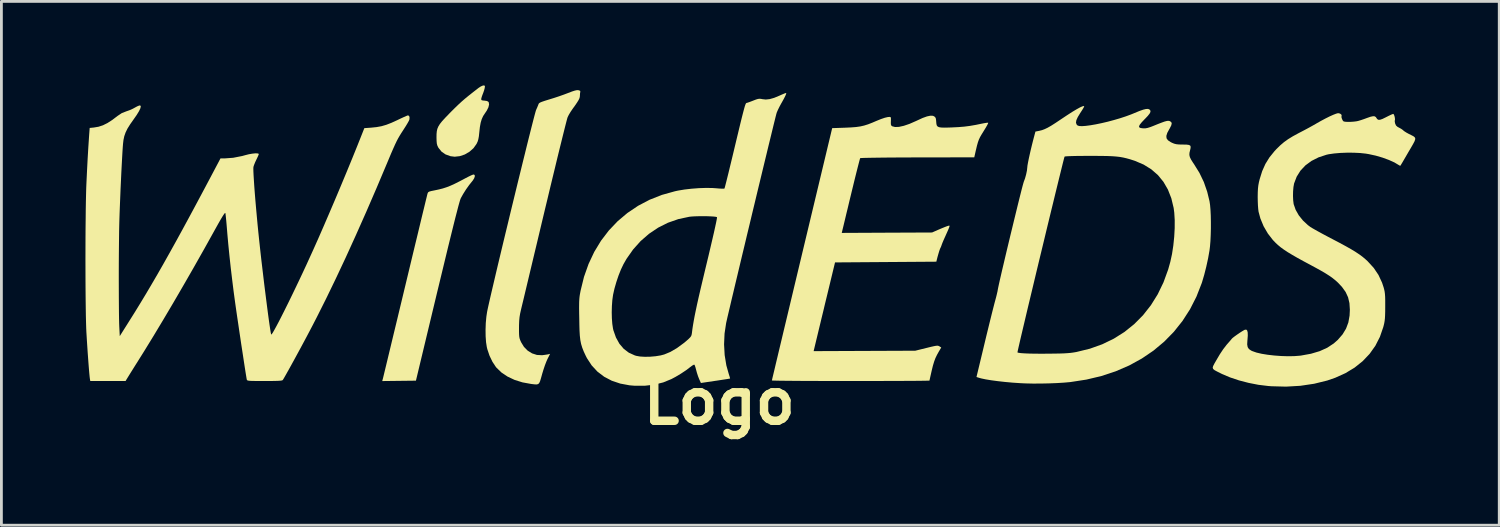
<source format=kicad_pcb>
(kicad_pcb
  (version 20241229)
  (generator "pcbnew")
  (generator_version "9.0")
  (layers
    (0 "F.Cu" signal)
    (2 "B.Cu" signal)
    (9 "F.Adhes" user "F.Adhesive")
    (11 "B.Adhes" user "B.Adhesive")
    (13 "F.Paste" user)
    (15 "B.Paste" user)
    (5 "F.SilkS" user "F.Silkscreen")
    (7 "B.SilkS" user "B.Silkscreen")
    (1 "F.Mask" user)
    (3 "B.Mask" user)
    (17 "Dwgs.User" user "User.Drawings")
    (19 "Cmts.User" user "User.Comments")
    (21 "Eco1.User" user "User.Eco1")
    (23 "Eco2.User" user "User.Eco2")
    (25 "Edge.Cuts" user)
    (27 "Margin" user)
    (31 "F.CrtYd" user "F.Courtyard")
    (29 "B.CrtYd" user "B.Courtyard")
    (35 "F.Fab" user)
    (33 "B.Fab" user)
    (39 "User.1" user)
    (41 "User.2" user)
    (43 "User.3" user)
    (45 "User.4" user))
  (footprint "Logo"
    (layer "F.Cu")
    (at 22.626 11.28)
    (property "Reference" "Logo" (at 0 0 0) (layer "F.SilkS") (effects (font (size 1.524 1.524) (thickness 0.3))))
    (attr board_only exclude_from_pos_files exclude_from_bom)
    (fp_poly (pts (xy -8.378 -11.275) (xy -8.366 -11.25) (xy -8.374 -11.19) (xy -8.374 -11.188) (xy -8.396 -11.104) (xy -8.429 -11.009) (xy -8.44 -10.982) (xy -8.471 -10.9) (xy -8.493 -10.827) (xy -8.497 -10.808) (xy -8.497 -10.77) (xy -8.476 -10.75) (xy -8.421 -10.741) (xy -8.382 -10.738) (xy -8.294 -10.725) (xy -8.244 -10.697) (xy -8.231 -10.679) (xy -8.218 -10.602) (xy -8.242 -10.499) (xy -8.302 -10.379) (xy -8.361 -10.292) (xy -8.429 -10.189) (xy -8.48 -10.078) (xy -8.518 -9.95) (xy -8.547 -9.791) (xy -8.567 -9.608) (xy -8.582 -9.466) (xy -8.601 -9.362) (xy -8.625 -9.28) (xy -8.661 -9.203) (xy -8.665 -9.194) (xy -8.775 -9.04) (xy -8.919 -8.913) (xy -9.085 -8.816) (xy -9.264 -8.756) (xy -9.445 -8.736) (xy -9.594 -8.754) (xy -9.774 -8.819) (xy -9.915 -8.917) (xy -10.022 -9.05) (xy -10.039 -9.079) (xy -10.067 -9.141) (xy -10.084 -9.209) (xy -10.092 -9.299) (xy -10.095 -9.425) (xy -10.095 -9.431) (xy -10.093 -9.547) (xy -10.084 -9.645) (xy -10.064 -9.733) (xy -10.028 -9.817) (xy -9.974 -9.904) (xy -9.896 -10.003) (xy -9.79 -10.119) (xy -9.653 -10.261) (xy -9.58 -10.336) (xy -9.442 -10.473) (xy -9.32 -10.591) (xy -9.203 -10.699) (xy -9.082 -10.804) (xy -8.947 -10.915) (xy -8.79 -11.039) (xy -8.601 -11.186) (xy -8.589 -11.195) (xy -8.515 -11.243) (xy -8.446 -11.274) (xy -8.418 -11.28)) (stroke (width 0) (type solid)) (fill yes) (layer "F.SilkS"))
    (fp_poly (pts (xy -8.733 -8.084) (xy -8.727 -8.035) (xy -8.75 -7.966) (xy -8.801 -7.885) (xy -8.827 -7.853) (xy -8.931 -7.723) (xy -9.042 -7.567) (xy -9.144 -7.405) (xy -9.226 -7.258) (xy -9.233 -7.242) (xy -9.251 -7.194) (xy -9.279 -7.099) (xy -9.318 -6.958) (xy -9.367 -6.769) (xy -9.428 -6.534) (xy -9.499 -6.25) (xy -9.581 -5.918) (xy -9.675 -5.537) (xy -9.779 -5.107) (xy -9.895 -4.627) (xy -10.023 -4.098) (xy -10.066 -3.921) (xy -10.829 -0.742) (xy -11.43 -0.735) (xy -12.032 -0.728) (xy -12.009 -0.814) (xy -12 -0.849) (xy -11.98 -0.932) (xy -11.949 -1.06) (xy -11.908 -1.229) (xy -11.858 -1.436) (xy -11.8 -1.678) (xy -11.734 -1.952) (xy -11.661 -2.255) (xy -11.582 -2.583) (xy -11.497 -2.934) (xy -11.408 -3.305) (xy -11.315 -3.691) (xy -11.219 -4.091) (xy -11.216 -4.103) (xy -11.12 -4.503) (xy -11.027 -4.891) (xy -10.938 -5.262) (xy -10.853 -5.614) (xy -10.773 -5.944) (xy -10.7 -6.248) (xy -10.634 -6.523) (xy -10.575 -6.767) (xy -10.524 -6.975) (xy -10.483 -7.146) (xy -10.451 -7.275) (xy -10.43 -7.361) (xy -10.421 -7.398) (xy -10.421 -7.399) (xy -10.407 -7.442) (xy -10.387 -7.472) (xy -10.35 -7.492) (xy -10.286 -7.51) (xy -10.182 -7.531) (xy -10.167 -7.534) (xy -10.008 -7.568) (xy -9.867 -7.604) (xy -9.732 -7.648) (xy -9.594 -7.702) (xy -9.441 -7.772) (xy -9.264 -7.861) (xy -9.064 -7.967) (xy -8.958 -8.022) (xy -8.865 -8.067) (xy -8.798 -8.095) (xy -8.771 -8.102)) (stroke (width 0) (type solid)) (fill yes) (layer "F.SilkS"))
    (fp_poly (pts (xy -5.031 -11.111) (xy -5.025 -11.11) (xy -4.969 -11.089) (xy -4.96 -11.056) (xy -4.961 -11.054) (xy -4.971 -11.003) (xy -4.976 -10.929) (xy -4.976 -10.918) (xy -4.98 -10.871) (xy -4.994 -10.82) (xy -5.022 -10.76) (xy -5.07 -10.682) (xy -5.14 -10.578) (xy -5.238 -10.442) (xy -5.246 -10.43) (xy -5.313 -10.331) (xy -5.375 -10.226) (xy -5.415 -10.144) (xy -5.428 -10.103) (xy -5.452 -10.014) (xy -5.486 -9.882) (xy -5.53 -9.708) (xy -5.583 -9.496) (xy -5.644 -9.249) (xy -5.713 -8.97) (xy -5.788 -8.664) (xy -5.868 -8.331) (xy -5.954 -7.977) (xy -6.044 -7.604) (xy -6.137 -7.214) (xy -6.234 -6.813) (xy -6.237 -6.799) (xy -6.334 -6.394) (xy -6.428 -5.998) (xy -6.519 -5.616) (xy -6.607 -5.25) (xy -6.689 -4.905) (xy -6.766 -4.583) (xy -6.836 -4.289) (xy -6.899 -4.025) (xy -6.954 -3.795) (xy -7 -3.602) (xy -7.037 -3.45) (xy -7.063 -3.342) (xy -7.077 -3.282) (xy -7.11 -3.136) (xy -7.131 -3.01) (xy -7.143 -2.883) (xy -7.149 -2.735) (xy -7.15 -2.631) (xy -7.15 -2.487) (xy -7.147 -2.383) (xy -7.14 -2.305) (xy -7.127 -2.243) (xy -7.105 -2.183) (xy -7.075 -2.115) (xy -6.973 -1.948) (xy -6.84 -1.813) (xy -6.683 -1.716) (xy -6.51 -1.66) (xy -6.331 -1.651) (xy -6.323 -1.651) (xy -6.228 -1.663) (xy -6.144 -1.676) (xy -6.106 -1.683) (xy -6.04 -1.7) (xy -6.133 -1.515) (xy -6.176 -1.418) (xy -6.226 -1.287) (xy -6.276 -1.138) (xy -6.322 -0.987) (xy -6.326 -0.971) (xy -6.367 -0.825) (xy -6.398 -0.723) (xy -6.429 -0.657) (xy -6.466 -0.621) (xy -6.518 -0.607) (xy -6.592 -0.61) (xy -6.695 -0.622) (xy -6.724 -0.626) (xy -7.026 -0.681) (xy -7.307 -0.769) (xy -7.559 -0.888) (xy -7.777 -1.034) (xy -7.954 -1.205) (xy -7.977 -1.233) (xy -8.098 -1.416) (xy -8.202 -1.632) (xy -8.28 -1.863) (xy -8.299 -1.941) (xy -8.326 -2.115) (xy -8.341 -2.325) (xy -8.344 -2.557) (xy -8.336 -2.795) (xy -8.315 -3.024) (xy -8.29 -3.191) (xy -8.273 -3.276) (xy -8.245 -3.405) (xy -8.207 -3.574) (xy -8.16 -3.78) (xy -8.104 -4.019) (xy -8.041 -4.287) (xy -7.972 -4.582) (xy -7.897 -4.899) (xy -7.817 -5.234) (xy -7.733 -5.585) (xy -7.646 -5.947) (xy -7.556 -6.318) (xy -7.466 -6.693) (xy -7.375 -7.068) (xy -7.284 -7.441) (xy -7.195 -7.808) (xy -7.107 -8.165) (xy -7.023 -8.508) (xy -6.942 -8.834) (xy -6.867 -9.14) (xy -6.797 -9.421) (xy -6.733 -9.674) (xy -6.677 -9.896) (xy -6.629 -10.083) (xy -6.59 -10.231) (xy -6.561 -10.337) (xy -6.543 -10.398) (xy -6.539 -10.407) (xy -6.499 -10.497) (xy -6.467 -10.575) (xy -6.451 -10.619) (xy -6.435 -10.643) (xy -6.399 -10.668) (xy -6.336 -10.695) (xy -6.238 -10.729) (xy -6.099 -10.772) (xy -6.063 -10.783) (xy -5.898 -10.834) (xy -5.719 -10.893) (xy -5.547 -10.954) (xy -5.404 -11.008) (xy -5.398 -11.01) (xy -5.258 -11.064) (xy -5.155 -11.097) (xy -5.083 -11.112)) (stroke (width 0) (type solid)) (fill yes) (layer "F.SilkS"))
    (fp_poly (pts (xy 7.623 -10.197) (xy 7.669 -10.177) (xy 7.708 -10.144) (xy 7.73 -10.096) (xy 7.74 -10.019) (xy 7.742 -9.985) (xy 7.749 -9.91) (xy 7.762 -9.855) (xy 7.791 -9.816) (xy 7.841 -9.791) (xy 7.918 -9.778) (xy 8.031 -9.774) (xy 8.184 -9.777) (xy 8.297 -9.781) (xy 8.537 -9.793) (xy 8.746 -9.81) (xy 8.946 -9.836) (xy 9.159 -9.873) (xy 9.358 -9.914) (xy 9.46 -9.934) (xy 9.542 -9.947) (xy 9.591 -9.95) (xy 9.599 -9.948) (xy 9.592 -9.921) (xy 9.561 -9.86) (xy 9.512 -9.774) (xy 9.448 -9.67) (xy 9.446 -9.666) (xy 9.367 -9.539) (xy 9.308 -9.437) (xy 9.265 -9.345) (xy 9.23 -9.247) (xy 9.197 -9.129) (xy 9.161 -8.976) (xy 9.157 -8.962) (xy 9.101 -8.714) (xy 7.075 -8.711) (xy 6.755 -8.71) (xy 6.449 -8.709) (xy 6.163 -8.707) (xy 5.9 -8.705) (xy 5.664 -8.702) (xy 5.459 -8.699) (xy 5.29 -8.696) (xy 5.159 -8.693) (xy 5.071 -8.689) (xy 5.031 -8.686) (xy 5.029 -8.685) (xy 5.019 -8.656) (xy 4.998 -8.581) (xy 4.968 -8.465) (xy 4.929 -8.313) (xy 4.883 -8.131) (xy 4.831 -7.922) (xy 4.775 -7.692) (xy 4.715 -7.446) (xy 4.704 -7.399) (xy 4.643 -7.149) (xy 4.587 -6.913) (xy 4.534 -6.696) (xy 4.488 -6.503) (xy 4.449 -6.34) (xy 4.418 -6.212) (xy 4.396 -6.123) (xy 4.386 -6.078) (xy 4.385 -6.076) (xy 4.371 -6.016) (xy 5.982 -6.024) (xy 7.594 -6.031) (xy 7.842 -6.14) (xy 7.954 -6.187) (xy 8.055 -6.228) (xy 8.132 -6.257) (xy 8.161 -6.266) (xy 8.188 -6.274) (xy 8.207 -6.277) (xy 8.217 -6.271) (xy 8.217 -6.251) (xy 8.204 -6.21) (xy 8.177 -6.143) (xy 8.134 -6.045) (xy 8.073 -5.909) (xy 7.999 -5.744) (xy 7.965 -5.663) (xy 7.937 -5.589) (xy 7.933 -5.575) (xy 7.911 -5.515) (xy 7.895 -5.484) (xy 7.877 -5.444) (xy 7.85 -5.367) (xy 7.82 -5.267) (xy 7.789 -5.158) (xy 7.769 -5.08) (xy 7.747 -4.989) (xy 4.131 -4.963) (xy 3.838 -3.751) (xy 3.775 -3.493) (xy 3.714 -3.236) (xy 3.654 -2.99) (xy 3.599 -2.76) (xy 3.549 -2.554) (xy 3.507 -2.379) (xy 3.474 -2.242) (xy 3.456 -2.168) (xy 3.367 -1.796) (xy 6.995 -1.811) (xy 7.395 -1.91) (xy 7.546 -1.947) (xy 7.655 -1.972) (xy 7.732 -1.986) (xy 7.783 -1.991) (xy 7.818 -1.986) (xy 7.846 -1.974) (xy 7.858 -1.967) (xy 7.922 -1.925) (xy 7.841 -1.79) (xy 7.771 -1.664) (xy 7.714 -1.546) (xy 7.668 -1.422) (xy 7.624 -1.275) (xy 7.579 -1.091) (xy 7.579 -1.09) (xy 7.551 -0.966) (xy 7.527 -0.86) (xy 7.51 -0.784) (xy 7.503 -0.747) (xy 7.503 -0.745) (xy 7.477 -0.743) (xy 7.403 -0.741) (xy 7.283 -0.739) (xy 7.122 -0.737) (xy 6.921 -0.735) (xy 6.686 -0.734) (xy 6.418 -0.733) (xy 6.122 -0.732) (xy 5.8 -0.731) (xy 5.457 -0.73) (xy 5.095 -0.73) (xy 4.718 -0.729) (xy 4.689 -0.729) (xy 4.311 -0.73) (xy 3.948 -0.73) (xy 3.603 -0.731) (xy 3.28 -0.732) (xy 2.982 -0.733) (xy 2.712 -0.735) (xy 2.474 -0.737) (xy 2.271 -0.739) (xy 2.106 -0.741) (xy 1.984 -0.744) (xy 1.906 -0.746) (xy 1.877 -0.749) (xy 1.877 -0.749) (xy 1.883 -0.776) (xy 1.9 -0.851) (xy 1.929 -0.972) (xy 1.968 -1.135) (xy 2.016 -1.339) (xy 2.074 -1.581) (xy 2.14 -1.859) (xy 2.214 -2.168) (xy 2.295 -2.509) (xy 2.383 -2.876) (xy 2.477 -3.269) (xy 2.576 -3.684) (xy 2.68 -4.12) (xy 2.788 -4.572) (xy 2.9 -5.04) (xy 2.953 -5.262) (xy 4.029 -9.756) (xy 4.496 -9.772) (xy 4.709 -9.782) (xy 4.884 -9.796) (xy 5.033 -9.817) (xy 5.172 -9.849) (xy 5.312 -9.893) (xy 5.468 -9.954) (xy 5.605 -10.013) (xy 5.768 -10.079) (xy 5.906 -10.126) (xy 6.015 -10.152) (xy 6.089 -10.157) (xy 6.124 -10.138) (xy 6.125 -10.131) (xy 6.126 -10.084) (xy 6.125 -10.009) (xy 6.123 -9.973) (xy 6.124 -9.893) (xy 6.14 -9.848) (xy 6.17 -9.823) (xy 6.273 -9.796) (xy 6.412 -9.801) (xy 6.585 -9.839) (xy 6.788 -9.908) (xy 7.019 -10.009) (xy 7.062 -10.029) (xy 7.255 -10.118) (xy 7.411 -10.174) (xy 7.532 -10.2)) (stroke (width 0) (type solid)) (fill yes) (layer "F.SilkS"))
    (fp_poly (pts (xy 2.387 -10.982) (xy 2.36 -10.916) (xy 2.307 -10.81) (xy 2.226 -10.664) (xy 2.208 -10.633) (xy 2.148 -10.522) (xy 2.094 -10.412) (xy 2.054 -10.321) (xy 2.045 -10.294) (xy 2.033 -10.252) (xy 2.01 -10.162) (xy 1.977 -10.028) (xy 1.934 -9.855) (xy 1.883 -9.645) (xy 1.824 -9.402) (xy 1.757 -9.129) (xy 1.685 -8.83) (xy 1.607 -8.509) (xy 1.525 -8.169) (xy 1.439 -7.813) (xy 1.35 -7.445) (xy 1.26 -7.069) (xy 1.168 -6.688) (xy 1.077 -6.306) (xy 0.985 -5.926) (xy 0.896 -5.551) (xy 0.808 -5.186) (xy 0.724 -4.833) (xy 0.644 -4.497) (xy 0.568 -4.18) (xy 0.499 -3.887) (xy 0.435 -3.62) (xy 0.38 -3.384) (xy 0.332 -3.182) (xy 0.293 -3.017) (xy 0.265 -2.893) (xy 0.247 -2.813) (xy 0.244 -2.801) (xy 0.187 -2.423) (xy 0.17 -2.038) (xy 0.191 -1.656) (xy 0.251 -1.289) (xy 0.338 -0.979) (xy 0.364 -0.898) (xy 0.381 -0.84) (xy 0.384 -0.819) (xy 0.358 -0.813) (xy 0.287 -0.801) (xy 0.181 -0.785) (xy 0.047 -0.764) (xy -0.107 -0.74) (xy -0.14 -0.736) (xy -0.657 -0.659) (xy -0.719 -0.798) (xy -0.76 -0.902) (xy -0.8 -1.026) (xy -0.824 -1.114) (xy -0.848 -1.205) (xy -0.871 -1.276) (xy -0.887 -1.312) (xy -0.887 -1.312) (xy -0.916 -1.309) (xy -0.971 -1.277) (xy -1.034 -1.23) (xy -1.185 -1.115) (xy -1.367 -0.994) (xy -1.563 -0.877) (xy -1.712 -0.798) (xy -2.003 -0.679) (xy -2.324 -0.599) (xy -2.666 -0.56) (xy -3.024 -0.561) (xy -3.203 -0.576) (xy -3.536 -0.638) (xy -3.839 -0.74) (xy -4.111 -0.883) (xy -4.35 -1.065) (xy -4.555 -1.286) (xy -4.724 -1.544) (xy -4.767 -1.628) (xy -4.839 -1.782) (xy -4.893 -1.92) (xy -4.933 -2.052) (xy -4.961 -2.192) (xy -4.979 -2.351) (xy -4.99 -2.541) (xy -4.995 -2.722) (xy -4.999 -2.967) (xy -5.003 -3.166) (xy -5.003 -3.185) (xy -3.84 -3.185) (xy -3.835 -2.969) (xy -3.82 -2.771) (xy -3.795 -2.604) (xy -3.782 -2.545) (xy -3.689 -2.282) (xy -3.566 -2.06) (xy -3.412 -1.879) (xy -3.229 -1.74) (xy -3.017 -1.644) (xy -2.969 -1.629) (xy -2.831 -1.604) (xy -2.658 -1.594) (xy -2.468 -1.597) (xy -2.275 -1.614) (xy -2.095 -1.643) (xy -1.967 -1.677) (xy -1.747 -1.768) (xy -1.514 -1.904) (xy -1.275 -2.079) (xy -1.18 -2.157) (xy -1.092 -2.235) (xy -1.036 -2.292) (xy -1.003 -2.339) (xy -0.987 -2.389) (xy -0.978 -2.442) (xy -0.961 -2.579) (xy -0.939 -2.723) (xy -0.912 -2.88) (xy -0.88 -3.053) (xy -0.84 -3.248) (xy -0.793 -3.469) (xy -0.737 -3.72) (xy -0.671 -4.005) (xy -0.594 -4.33) (xy -0.506 -4.699) (xy -0.458 -4.898) (xy -0.378 -5.231) (xy -0.307 -5.534) (xy -0.244 -5.803) (xy -0.19 -6.037) (xy -0.147 -6.232) (xy -0.114 -6.386) (xy -0.092 -6.497) (xy -0.082 -6.561) (xy -0.083 -6.578) (xy -0.119 -6.59) (xy -0.198 -6.6) (xy -0.308 -6.607) (xy -0.441 -6.612) (xy -0.586 -6.613) (xy -0.733 -6.612) (xy -0.872 -6.608) (xy -0.993 -6.601) (xy -1.073 -6.592) (xy -1.462 -6.509) (xy -1.834 -6.379) (xy -2.184 -6.203) (xy -2.51 -5.984) (xy -2.809 -5.724) (xy -3.077 -5.425) (xy -3.312 -5.09) (xy -3.423 -4.896) (xy -3.51 -4.713) (xy -3.597 -4.495) (xy -3.676 -4.26) (xy -3.743 -4.027) (xy -3.791 -3.813) (xy -3.793 -3.803) (xy -3.819 -3.616) (xy -3.834 -3.405) (xy -3.84 -3.185) (xy -5.003 -3.185) (xy -5.005 -3.327) (xy -5.004 -3.457) (xy -5.002 -3.563) (xy -4.997 -3.65) (xy -4.99 -3.727) (xy -4.98 -3.801) (xy -4.966 -3.877) (xy -4.95 -3.96) (xy -4.83 -4.448) (xy -4.667 -4.908) (xy -4.464 -5.339) (xy -4.222 -5.738) (xy -3.943 -6.103) (xy -3.628 -6.434) (xy -3.28 -6.728) (xy -2.899 -6.984) (xy -2.488 -7.2) (xy -2.049 -7.373) (xy -1.583 -7.503) (xy -1.472 -7.527) (xy -1.242 -7.565) (xy -0.989 -7.594) (xy -0.728 -7.614) (xy -0.475 -7.622) (xy -0.246 -7.619) (xy -0.119 -7.61) (xy -0.002 -7.6) (xy 0.095 -7.595) (xy 0.161 -7.595) (xy 0.184 -7.6) (xy 0.193 -7.629) (xy 0.213 -7.703) (xy 0.243 -7.819) (xy 0.281 -7.971) (xy 0.327 -8.156) (xy 0.378 -8.368) (xy 0.435 -8.602) (xy 0.496 -8.855) (xy 0.534 -9.014) (xy 0.613 -9.345) (xy 0.681 -9.628) (xy 0.739 -9.869) (xy 0.788 -10.069) (xy 0.829 -10.232) (xy 0.863 -10.363) (xy 0.89 -10.464) (xy 0.912 -10.54) (xy 0.93 -10.593) (xy 0.945 -10.627) (xy 0.957 -10.647) (xy 0.968 -10.654) (xy 0.972 -10.655) (xy 1.007 -10.664) (xy 1.077 -10.688) (xy 1.17 -10.723) (xy 1.205 -10.737) (xy 1.309 -10.777) (xy 1.383 -10.799) (xy 1.441 -10.805) (xy 1.499 -10.799) (xy 1.532 -10.791) (xy 1.659 -10.777) (xy 1.797 -10.792) (xy 1.957 -10.837) (xy 2.146 -10.915) (xy 2.151 -10.918) (xy 2.249 -10.961) (xy 2.328 -10.994) (xy 2.377 -11.01) (xy 2.388 -11.011)) (stroke (width 0) (type solid)) (fill yes) (layer "F.SilkS"))
    (fp_poly (pts (xy 22.156 -10.276) (xy 22.202 -10.243) (xy 22.216 -10.202) (xy 22.211 -10.189) (xy 22.208 -10.147) (xy 22.227 -10.084) (xy 22.256 -10.026) (xy 22.282 -9.998) (xy 22.332 -9.985) (xy 22.418 -9.979) (xy 22.526 -9.98) (xy 22.639 -9.987) (xy 22.744 -10) (xy 22.808 -10.014) (xy 22.902 -10.042) (xy 23.017 -10.081) (xy 23.117 -10.118) (xy 23.247 -10.163) (xy 23.338 -10.182) (xy 23.4 -10.176) (xy 23.439 -10.146) (xy 23.446 -10.135) (xy 23.483 -10.08) (xy 23.526 -10.054) (xy 23.586 -10.055) (xy 23.671 -10.084) (xy 23.79 -10.142) (xy 23.799 -10.147) (xy 23.899 -10.197) (xy 23.983 -10.237) (xy 24.041 -10.26) (xy 24.057 -10.264) (xy 24.079 -10.242) (xy 24.1 -10.187) (xy 24.115 -10.119) (xy 24.119 -10.059) (xy 24.112 -10.032) (xy 24.11 -9.996) (xy 24.121 -9.932) (xy 24.125 -9.919) (xy 24.155 -9.851) (xy 24.208 -9.803) (xy 24.262 -9.774) (xy 24.338 -9.733) (xy 24.396 -9.692) (xy 24.41 -9.678) (xy 24.451 -9.645) (xy 24.523 -9.599) (xy 24.612 -9.55) (xy 24.617 -9.548) (xy 24.707 -9.503) (xy 24.775 -9.468) (xy 24.819 -9.434) (xy 24.841 -9.397) (xy 24.838 -9.347) (xy 24.813 -9.279) (xy 24.763 -9.185) (xy 24.69 -9.058) (xy 24.602 -8.909) (xy 24.519 -8.766) (xy 24.445 -8.639) (xy 24.384 -8.534) (xy 24.339 -8.459) (xy 24.316 -8.42) (xy 24.313 -8.415) (xy 24.287 -8.419) (xy 24.259 -8.435) (xy 24.101 -8.53) (xy 23.902 -8.62) (xy 23.676 -8.703) (xy 23.433 -8.774) (xy 23.186 -8.828) (xy 23.08 -8.846) (xy 22.875 -8.868) (xy 22.646 -8.879) (xy 22.406 -8.88) (xy 22.168 -8.871) (xy 21.947 -8.852) (xy 21.757 -8.825) (xy 21.675 -8.807) (xy 21.39 -8.713) (xy 21.138 -8.586) (xy 20.922 -8.427) (xy 20.745 -8.239) (xy 20.61 -8.024) (xy 20.519 -7.786) (xy 20.516 -7.775) (xy 20.494 -7.652) (xy 20.481 -7.497) (xy 20.478 -7.332) (xy 20.485 -7.176) (xy 20.501 -7.049) (xy 20.504 -7.037) (xy 20.573 -6.84) (xy 20.685 -6.643) (xy 20.834 -6.458) (xy 21.01 -6.294) (xy 21.1 -6.227) (xy 21.162 -6.189) (xy 21.263 -6.131) (xy 21.394 -6.058) (xy 21.548 -5.974) (xy 21.717 -5.884) (xy 21.883 -5.797) (xy 22.148 -5.658) (xy 22.371 -5.537) (xy 22.558 -5.431) (xy 22.715 -5.335) (xy 22.848 -5.247) (xy 22.963 -5.162) (xy 23.065 -5.076) (xy 23.142 -5.005) (xy 23.359 -4.768) (xy 23.529 -4.516) (xy 23.657 -4.241) (xy 23.713 -4.072) (xy 23.734 -3.993) (xy 23.75 -3.918) (xy 23.76 -3.837) (xy 23.767 -3.739) (xy 23.77 -3.614) (xy 23.77 -3.451) (xy 23.77 -3.387) (xy 23.769 -3.209) (xy 23.765 -3.072) (xy 23.759 -2.963) (xy 23.749 -2.873) (xy 23.734 -2.788) (xy 23.712 -2.697) (xy 23.7 -2.652) (xy 23.581 -2.307) (xy 23.419 -1.989) (xy 23.213 -1.699) (xy 22.966 -1.439) (xy 22.679 -1.209) (xy 22.352 -1.011) (xy 21.987 -0.846) (xy 21.701 -0.747) (xy 21.234 -0.632) (xy 20.742 -0.559) (xy 20.23 -0.529) (xy 19.705 -0.543) (xy 19.591 -0.552) (xy 19.245 -0.594) (xy 18.893 -0.663) (xy 18.55 -0.752) (xy 18.228 -0.86) (xy 17.941 -0.982) (xy 17.899 -1.003) (xy 17.769 -1.068) (xy 17.68 -1.116) (xy 17.629 -1.158) (xy 17.612 -1.204) (xy 17.627 -1.263) (xy 17.669 -1.346) (xy 17.736 -1.462) (xy 17.742 -1.473) (xy 17.869 -1.688) (xy 17.989 -1.868) (xy 18.111 -2.026) (xy 18.185 -2.11) (xy 18.241 -2.174) (xy 18.286 -2.228) (xy 18.297 -2.242) (xy 18.332 -2.274) (xy 18.398 -2.325) (xy 18.483 -2.386) (xy 18.575 -2.449) (xy 18.662 -2.505) (xy 18.73 -2.545) (xy 18.759 -2.559) (xy 18.81 -2.564) (xy 18.843 -2.533) (xy 18.861 -2.462) (xy 18.864 -2.348) (xy 18.852 -2.188) (xy 18.85 -2.168) (xy 18.843 -2.036) (xy 18.86 -1.941) (xy 18.905 -1.871) (xy 18.985 -1.816) (xy 19.031 -1.795) (xy 19.174 -1.745) (xy 19.357 -1.702) (xy 19.572 -1.667) (xy 19.806 -1.64) (xy 20.05 -1.622) (xy 20.293 -1.614) (xy 20.523 -1.618) (xy 20.732 -1.634) (xy 20.769 -1.639) (xy 21.12 -1.703) (xy 21.43 -1.795) (xy 21.7 -1.917) (xy 21.932 -2.07) (xy 22.077 -2.198) (xy 22.247 -2.394) (xy 22.371 -2.598) (xy 22.454 -2.819) (xy 22.498 -3.064) (xy 22.508 -3.274) (xy 22.493 -3.51) (xy 22.444 -3.718) (xy 22.356 -3.908) (xy 22.225 -4.09) (xy 22.084 -4.24) (xy 21.991 -4.324) (xy 21.891 -4.404) (xy 21.777 -4.485) (xy 21.641 -4.572) (xy 21.477 -4.668) (xy 21.278 -4.778) (xy 21.128 -4.859) (xy 20.861 -5.002) (xy 20.635 -5.126) (xy 20.446 -5.235) (xy 20.287 -5.331) (xy 20.154 -5.419) (xy 20.041 -5.501) (xy 19.942 -5.583) (xy 19.853 -5.666) (xy 19.768 -5.755) (xy 19.76 -5.763) (xy 19.58 -5.995) (xy 19.428 -6.256) (xy 19.314 -6.532) (xy 19.249 -6.773) (xy 19.237 -6.865) (xy 19.227 -6.992) (xy 19.221 -7.139) (xy 19.218 -7.29) (xy 19.218 -7.307) (xy 19.221 -7.473) (xy 19.228 -7.604) (xy 19.241 -7.716) (xy 19.262 -7.827) (xy 19.288 -7.932) (xy 19.379 -8.223) (xy 19.493 -8.478) (xy 19.637 -8.711) (xy 19.82 -8.937) (xy 19.888 -9.01) (xy 20.022 -9.141) (xy 20.155 -9.255) (xy 20.301 -9.36) (xy 20.47 -9.464) (xy 20.674 -9.575) (xy 20.726 -9.602) (xy 20.874 -9.679) (xy 21.031 -9.763) (xy 21.179 -9.845) (xy 21.299 -9.913) (xy 21.303 -9.916) (xy 21.47 -10.011) (xy 21.633 -10.098) (xy 21.783 -10.173) (xy 21.914 -10.232) (xy 22.017 -10.272) (xy 22.085 -10.29) (xy 22.093 -10.29)) (stroke (width 0) (type solid)) (fill yes) (layer "F.SilkS"))
    (fp_poly (pts (xy 13.026 -10.532) (xy 13.012 -10.502) (xy 12.976 -10.439) (xy 12.922 -10.354) (xy 12.882 -10.293) (xy 12.796 -10.152) (xy 12.746 -10.042) (xy 12.731 -9.957) (xy 12.75 -9.892) (xy 12.786 -9.852) (xy 12.845 -9.832) (xy 12.947 -9.827) (xy 13.084 -9.837) (xy 13.252 -9.859) (xy 13.442 -9.892) (xy 13.649 -9.935) (xy 13.866 -9.986) (xy 14.086 -10.045) (xy 14.302 -10.108) (xy 14.51 -10.176) (xy 14.7 -10.246) (xy 14.812 -10.292) (xy 14.991 -10.366) (xy 15.13 -10.415) (xy 15.234 -10.44) (xy 15.308 -10.441) (xy 15.356 -10.421) (xy 15.357 -10.421) (xy 15.388 -10.382) (xy 15.39 -10.336) (xy 15.361 -10.276) (xy 15.297 -10.195) (xy 15.197 -10.089) (xy 15.186 -10.079) (xy 15.079 -9.966) (xy 15.011 -9.882) (xy 14.982 -9.822) (xy 14.992 -9.783) (xy 15.039 -9.76) (xy 15.124 -9.749) (xy 15.127 -9.748) (xy 15.208 -9.749) (xy 15.293 -9.765) (xy 15.396 -9.798) (xy 15.491 -9.835) (xy 15.663 -9.905) (xy 15.794 -9.955) (xy 15.891 -9.99) (xy 15.962 -10.009) (xy 16.014 -10.017) (xy 16.054 -10.014) (xy 16.081 -10.006) (xy 16.132 -9.973) (xy 16.149 -9.924) (xy 16.131 -9.85) (xy 16.078 -9.746) (xy 16.063 -9.721) (xy 15.99 -9.586) (xy 15.957 -9.479) (xy 15.964 -9.394) (xy 16.014 -9.323) (xy 16.108 -9.26) (xy 16.16 -9.233) (xy 16.236 -9.202) (xy 16.311 -9.183) (xy 16.402 -9.173) (xy 16.525 -9.17) (xy 16.547 -9.17) (xy 16.678 -9.168) (xy 16.764 -9.156) (xy 16.811 -9.131) (xy 16.826 -9.087) (xy 16.817 -9.018) (xy 16.805 -8.969) (xy 16.783 -8.877) (xy 16.779 -8.799) (xy 16.796 -8.724) (xy 16.837 -8.638) (xy 16.905 -8.529) (xy 16.943 -8.474) (xy 17.139 -8.158) (xy 17.295 -7.833) (xy 17.415 -7.488) (xy 17.498 -7.148) (xy 17.518 -7.014) (xy 17.533 -6.838) (xy 17.543 -6.633) (xy 17.547 -6.408) (xy 17.547 -6.175) (xy 17.541 -5.943) (xy 17.531 -5.725) (xy 17.515 -5.531) (xy 17.498 -5.393) (xy 17.448 -5.11) (xy 17.383 -4.812) (xy 17.309 -4.52) (xy 17.231 -4.256) (xy 17.219 -4.22) (xy 17.031 -3.74) (xy 16.802 -3.29) (xy 16.532 -2.871) (xy 16.224 -2.485) (xy 15.878 -2.132) (xy 15.496 -1.813) (xy 15.08 -1.531) (xy 14.632 -1.285) (xy 14.151 -1.077) (xy 13.641 -0.908) (xy 13.102 -0.78) (xy 12.537 -0.693) (xy 12.531 -0.692) (xy 12.309 -0.672) (xy 12.05 -0.656) (xy 11.769 -0.645) (xy 11.478 -0.639) (xy 11.194 -0.638) (xy 10.93 -0.644) (xy 10.759 -0.652) (xy 10.473 -0.671) (xy 10.198 -0.696) (xy 9.939 -0.725) (xy 9.706 -0.756) (xy 9.506 -0.789) (xy 9.346 -0.823) (xy 9.277 -0.842) (xy 9.18 -0.873) (xy 9.391 -1.75) (xy 10.642 -1.75) (xy 10.681 -1.737) (xy 10.768 -1.725) (xy 10.899 -1.716) (xy 11.068 -1.709) (xy 11.273 -1.705) (xy 11.508 -1.704) (xy 11.736 -1.705) (xy 11.966 -1.708) (xy 12.152 -1.711) (xy 12.303 -1.716) (xy 12.428 -1.724) (xy 12.534 -1.733) (xy 12.632 -1.746) (xy 12.728 -1.762) (xy 12.757 -1.768) (xy 13.228 -1.883) (xy 13.67 -2.041) (xy 14.082 -2.241) (xy 14.463 -2.481) (xy 14.811 -2.761) (xy 15.126 -3.079) (xy 15.406 -3.435) (xy 15.649 -3.825) (xy 15.855 -4.251) (xy 16.022 -4.709) (xy 16.099 -4.983) (xy 16.16 -5.264) (xy 16.206 -5.565) (xy 16.238 -5.876) (xy 16.255 -6.183) (xy 16.256 -6.475) (xy 16.24 -6.739) (xy 16.218 -6.907) (xy 16.135 -7.253) (xy 16.013 -7.564) (xy 15.853 -7.84) (xy 15.656 -8.081) (xy 15.42 -8.286) (xy 15.147 -8.455) (xy 14.836 -8.588) (xy 14.784 -8.605) (xy 14.653 -8.647) (xy 14.533 -8.68) (xy 14.417 -8.707) (xy 14.298 -8.728) (xy 14.168 -8.743) (xy 14.02 -8.754) (xy 13.846 -8.761) (xy 13.64 -8.764) (xy 13.393 -8.766) (xy 13.229 -8.766) (xy 12.974 -8.765) (xy 12.757 -8.763) (xy 12.581 -8.759) (xy 12.448 -8.754) (xy 12.362 -8.748) (xy 12.325 -8.741) (xy 12.325 -8.74) (xy 12.316 -8.713) (xy 12.296 -8.638) (xy 12.266 -8.52) (xy 12.227 -8.363) (xy 12.179 -8.168) (xy 12.123 -7.941) (xy 12.06 -7.684) (xy 11.991 -7.402) (xy 11.917 -7.097) (xy 11.838 -6.774) (xy 11.756 -6.435) (xy 11.671 -6.084) (xy 11.585 -5.726) (xy 11.497 -5.362) (xy 11.409 -4.998) (xy 11.322 -4.636) (xy 11.237 -4.28) (xy 11.154 -3.933) (xy 11.074 -3.599) (xy 10.998 -3.282) (xy 10.928 -2.985) (xy 10.863 -2.711) (xy 10.805 -2.465) (xy 10.754 -2.249) (xy 10.712 -2.067) (xy 10.679 -1.923) (xy 10.656 -1.82) (xy 10.644 -1.762) (xy 10.642 -1.75) (xy 9.391 -1.75) (xy 9.471 -2.084) (xy 9.532 -2.339) (xy 9.593 -2.588) (xy 9.651 -2.825) (xy 9.705 -3.043) (xy 9.753 -3.235) (xy 9.794 -3.395) (xy 9.825 -3.516) (xy 9.843 -3.582) (xy 9.878 -3.711) (xy 9.908 -3.833) (xy 9.931 -3.934) (xy 9.94 -3.986) (xy 9.951 -4.043) (xy 9.972 -4.144) (xy 10.003 -4.285) (xy 10.043 -4.46) (xy 10.09 -4.664) (xy 10.144 -4.892) (xy 10.202 -5.139) (xy 10.264 -5.401) (xy 10.329 -5.672) (xy 10.395 -5.947) (xy 10.462 -6.222) (xy 10.527 -6.491) (xy 10.59 -6.749) (xy 10.649 -6.991) (xy 10.704 -7.213) (xy 10.753 -7.409) (xy 10.795 -7.575) (xy 10.829 -7.705) (xy 10.854 -7.794) (xy 10.867 -7.837) (xy 10.867 -7.838) (xy 10.913 -7.962) (xy 10.952 -8.103) (xy 10.981 -8.241) (xy 10.993 -8.353) (xy 10.994 -8.362) (xy 11 -8.421) (xy 11.018 -8.521) (xy 11.044 -8.653) (xy 11.078 -8.808) (xy 11.117 -8.978) (xy 11.159 -9.152) (xy 11.202 -9.323) (xy 11.231 -9.434) (xy 11.284 -9.633) (xy 11.424 -9.661) (xy 11.517 -9.684) (xy 11.613 -9.72) (xy 11.72 -9.771) (xy 11.845 -9.842) (xy 11.996 -9.938) (xy 12.18 -10.061) (xy 12.192 -10.069) (xy 12.408 -10.213) (xy 12.595 -10.334) (xy 12.752 -10.428) (xy 12.875 -10.496) (xy 12.963 -10.535) (xy 13.014 -10.545)) (stroke (width 0) (type solid)) (fill yes) (layer "F.SilkS"))
    (fp_poly (pts (xy -20.65 -10.534) (xy -20.665 -10.465) (xy -20.714 -10.362) (xy -20.796 -10.227) (xy -20.905 -10.071) (xy -21.03 -9.893) (xy -21.125 -9.741) (xy -21.192 -9.604) (xy -21.239 -9.471) (xy -21.269 -9.331) (xy -21.285 -9.19) (xy -21.295 -9.063) (xy -21.306 -8.891) (xy -21.318 -8.68) (xy -21.331 -8.438) (xy -21.345 -8.172) (xy -21.358 -7.888) (xy -21.372 -7.593) (xy -21.384 -7.295) (xy -21.396 -7) (xy -21.407 -6.714) (xy -21.414 -6.5) (xy -21.419 -6.313) (xy -21.424 -6.088) (xy -21.427 -5.833) (xy -21.43 -5.553) (xy -21.433 -5.255) (xy -21.435 -4.945) (xy -21.436 -4.629) (xy -21.436 -4.314) (xy -21.435 -4.006) (xy -21.434 -3.711) (xy -21.432 -3.436) (xy -21.43 -3.186) (xy -21.427 -2.97) (xy -21.423 -2.791) (xy -21.418 -2.658) (xy -21.417 -2.644) (xy -21.401 -2.332) (xy -21.073 -2.853) (xy -20.87 -3.176) (xy -20.671 -3.5) (xy -20.471 -3.831) (xy -20.27 -4.171) (xy -20.064 -4.524) (xy -19.852 -4.894) (xy -19.632 -5.286) (xy -19.401 -5.701) (xy -19.157 -6.146) (xy -18.899 -6.622) (xy -18.624 -7.134) (xy -18.329 -7.687) (xy -18.064 -8.187) (xy -17.806 -8.675) (xy -17.65 -8.676) (xy -17.353 -8.698) (xy -17.032 -8.761) (xy -16.919 -8.792) (xy -16.793 -8.824) (xy -16.672 -8.845) (xy -16.567 -8.856) (xy -16.488 -8.855) (xy -16.444 -8.842) (xy -16.438 -8.831) (xy -16.449 -8.797) (xy -16.478 -8.73) (xy -16.519 -8.643) (xy -16.526 -8.63) (xy -16.572 -8.531) (xy -16.609 -8.438) (xy -16.63 -8.371) (xy -16.63 -8.369) (xy -16.633 -8.313) (xy -16.631 -8.211) (xy -16.624 -8.068) (xy -16.613 -7.887) (xy -16.599 -7.676) (xy -16.581 -7.438) (xy -16.56 -7.179) (xy -16.536 -6.905) (xy -16.51 -6.619) (xy -16.483 -6.327) (xy -16.454 -6.035) (xy -16.424 -5.748) (xy -16.411 -5.627) (xy -16.381 -5.353) (xy -16.349 -5.067) (xy -16.314 -4.774) (xy -16.279 -4.479) (xy -16.244 -4.185) (xy -16.208 -3.899) (xy -16.173 -3.623) (xy -16.14 -3.364) (xy -16.109 -3.126) (xy -16.08 -2.912) (xy -16.054 -2.729) (xy -16.032 -2.58) (xy -16.014 -2.471) (xy -16.001 -2.405) (xy -15.995 -2.388) (xy -15.976 -2.402) (xy -15.937 -2.459) (xy -15.881 -2.557) (xy -15.808 -2.69) (xy -15.72 -2.856) (xy -15.621 -3.05) (xy -15.511 -3.269) (xy -15.392 -3.508) (xy -15.266 -3.766) (xy -15.136 -4.036) (xy -15.002 -4.316) (xy -14.867 -4.602) (xy -14.733 -4.89) (xy -14.602 -5.177) (xy -14.493 -5.417) (xy -14.313 -5.82) (xy -14.12 -6.262) (xy -13.918 -6.731) (xy -13.71 -7.218) (xy -13.502 -7.712) (xy -13.298 -8.202) (xy -13.102 -8.679) (xy -12.919 -9.131) (xy -12.753 -9.548) (xy -12.748 -9.561) (xy -12.671 -9.756) (xy -12.43 -9.773) (xy -12.235 -9.793) (xy -12.059 -9.825) (xy -11.887 -9.875) (xy -11.704 -9.946) (xy -11.493 -10.042) (xy -11.488 -10.045) (xy -11.364 -10.104) (xy -11.255 -10.154) (xy -11.171 -10.191) (xy -11.12 -10.21) (xy -11.111 -10.212) (xy -11.072 -10.19) (xy -11.056 -10.132) (xy -11.063 -10.06) (xy -11.083 -10.014) (xy -11.127 -9.935) (xy -11.189 -9.832) (xy -11.264 -9.715) (xy -11.296 -9.665) (xy -11.359 -9.568) (xy -11.415 -9.477) (xy -11.468 -9.385) (xy -11.521 -9.283) (xy -11.577 -9.165) (xy -11.64 -9.024) (xy -11.715 -8.852) (xy -11.803 -8.642) (xy -11.849 -8.532) (xy -12.229 -7.632) (xy -12.604 -6.765) (xy -12.974 -5.932) (xy -13.336 -5.136) (xy -13.691 -4.381) (xy -14.035 -3.67) (xy -14.369 -3.004) (xy -14.528 -2.696) (xy -14.624 -2.513) (xy -14.728 -2.316) (xy -14.839 -2.109) (xy -14.951 -1.9) (xy -15.064 -1.692) (xy -15.173 -1.492) (xy -15.275 -1.306) (xy -15.368 -1.138) (xy -15.449 -0.994) (xy -15.514 -0.879) (xy -15.56 -0.8) (xy -15.585 -0.762) (xy -15.608 -0.751) (xy -15.66 -0.742) (xy -15.746 -0.736) (xy -15.87 -0.732) (xy -16.038 -0.73) (xy -16.231 -0.729) (xy -16.428 -0.73) (xy -16.578 -0.731) (xy -16.689 -0.733) (xy -16.766 -0.737) (xy -16.817 -0.744) (xy -16.846 -0.753) (xy -16.861 -0.765) (xy -16.865 -0.775) (xy -16.873 -0.812) (xy -16.887 -0.896) (xy -16.907 -1.019) (xy -16.932 -1.177) (xy -16.961 -1.365) (xy -16.993 -1.576) (xy -17.028 -1.805) (xy -17.065 -2.046) (xy -17.102 -2.294) (xy -17.139 -2.543) (xy -17.175 -2.788) (xy -17.21 -3.023) (xy -17.242 -3.242) (xy -17.27 -3.439) (xy -17.283 -3.53) (xy -17.336 -3.922) (xy -17.388 -4.339) (xy -17.439 -4.767) (xy -17.485 -5.191) (xy -17.526 -5.599) (xy -17.56 -5.976) (xy -17.573 -6.135) (xy -17.587 -6.301) (xy -17.6 -6.451) (xy -17.613 -6.577) (xy -17.623 -6.67) (xy -17.631 -6.722) (xy -17.633 -6.728) (xy -17.647 -6.726) (xy -17.678 -6.689) (xy -17.727 -6.614) (xy -17.796 -6.5) (xy -17.886 -6.343) (xy -17.998 -6.142) (xy -18.013 -6.115) (xy -18.378 -5.459) (xy -18.749 -4.803) (xy -19.12 -4.157) (xy -19.488 -3.525) (xy -19.849 -2.915) (xy -20.198 -2.335) (xy -20.532 -1.791) (xy -20.726 -1.481) (xy -20.829 -1.318) (xy -20.924 -1.166) (xy -21.008 -1.032) (xy -21.076 -0.922) (xy -21.125 -0.843) (xy -21.15 -0.802) (xy -21.151 -0.801) (xy -21.193 -0.73) (xy -22.454 -0.729) (xy -22.468 -0.814) (xy -22.476 -0.879) (xy -22.487 -0.99) (xy -22.5 -1.137) (xy -22.514 -1.315) (xy -22.529 -1.516) (xy -22.545 -1.733) (xy -22.56 -1.959) (xy -22.575 -2.186) (xy -22.588 -2.407) (xy -22.592 -2.462) (xy -22.599 -2.618) (xy -22.605 -2.822) (xy -22.611 -3.065) (xy -22.615 -3.345) (xy -22.619 -3.654) (xy -22.622 -3.986) (xy -22.624 -4.338) (xy -22.625 -4.702) (xy -22.626 -5.073) (xy -22.625 -5.446) (xy -22.624 -5.815) (xy -22.622 -6.174) (xy -22.618 -6.518) (xy -22.615 -6.841) (xy -22.61 -7.137) (xy -22.604 -7.402) (xy -22.598 -7.628) (xy -22.591 -7.789) (xy -22.569 -8.252) (xy -22.547 -8.671) (xy -22.524 -9.058) (xy -22.5 -9.421) (xy -22.492 -9.538) (xy -22.475 -9.763) (xy -22.325 -9.778) (xy -22.16 -9.806) (xy -22.001 -9.858) (xy -21.84 -9.938) (xy -21.666 -10.05) (xy -21.484 -10.189) (xy -21.33 -10.292) (xy -21.172 -10.354) (xy -21.058 -10.394) (xy -20.934 -10.449) (xy -20.859 -10.49) (xy -20.778 -10.534) (xy -20.71 -10.562) (xy -20.671 -10.567)) (stroke (width 0) (type solid)) (fill yes) (layer "F.SilkS")))
  (gr_rect
    (start -3 -3)
    (end 50.466 15.698)
    (stroke (width 0.1) (type default))
    (fill no)
    (layer "Edge.Cuts")))
</source>
